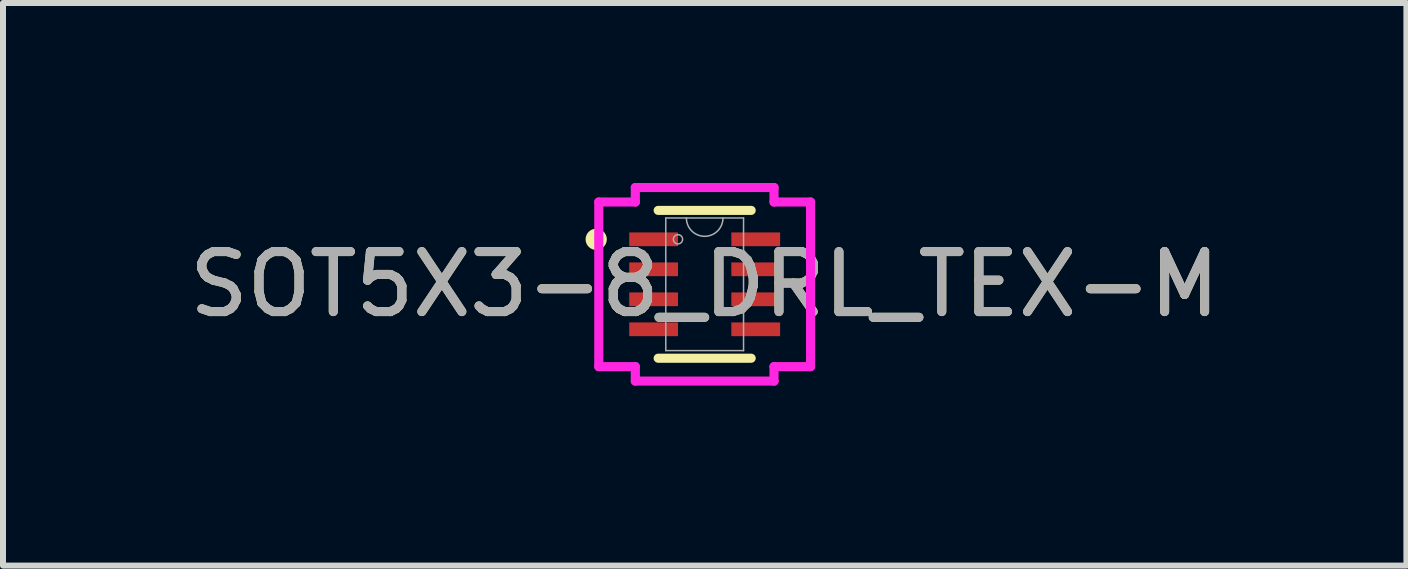
<source format=kicad_pcb>
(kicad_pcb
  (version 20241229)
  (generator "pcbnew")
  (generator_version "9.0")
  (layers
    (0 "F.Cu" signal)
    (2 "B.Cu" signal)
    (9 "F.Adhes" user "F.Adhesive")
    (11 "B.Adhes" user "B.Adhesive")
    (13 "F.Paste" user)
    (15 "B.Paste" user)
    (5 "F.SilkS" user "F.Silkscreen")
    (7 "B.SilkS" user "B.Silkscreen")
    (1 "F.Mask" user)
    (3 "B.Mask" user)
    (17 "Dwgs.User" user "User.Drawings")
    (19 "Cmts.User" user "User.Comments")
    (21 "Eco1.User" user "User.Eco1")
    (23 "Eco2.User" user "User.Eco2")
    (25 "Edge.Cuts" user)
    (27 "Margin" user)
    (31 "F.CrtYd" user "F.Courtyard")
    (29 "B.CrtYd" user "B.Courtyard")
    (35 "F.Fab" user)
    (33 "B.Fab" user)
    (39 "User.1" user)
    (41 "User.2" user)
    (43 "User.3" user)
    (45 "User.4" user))
  (footprint "SOT5X3-8_DRL_TEX-M"
    (layer "F.Cu")
    (at 8.696 1.689)
    (property "Reference" "SOT5X3-8_DRL_TEX-M" (at 0 0 0) (unlocked yes) (layer "F.SilkS") (effects (font (size 1 1) (thickness 0.15))))
    (attr smd)
    (fp_line (start -0.775 1.232) (end 0.775 1.232) (stroke (width 0.152) (type solid)) (layer "F.SilkS"))
    (fp_line (start 0.775 -1.232) (end -0.775 -1.232) (stroke (width 0.152) (type solid)) (layer "F.SilkS"))
    (fp_circle (center -1.808 -0.75) (end -1.707 -0.75) (stroke (width 0.152) (type solid)) (fill no) (layer "F.SilkS"))
    (fp_line (start -1.765 -1.372) (end -1.156 -1.372) (stroke (width 0.152) (type solid)) (layer "F.CrtYd"))
    (fp_line (start -1.765 1.372) (end -1.765 -1.372) (stroke (width 0.152) (type solid)) (layer "F.CrtYd"))
    (fp_line (start -1.765 1.372) (end -1.156 1.372) (stroke (width 0.152) (type solid)) (layer "F.CrtYd"))
    (fp_line (start -1.156 -1.613) (end 1.156 -1.613) (stroke (width 0.152) (type solid)) (layer "F.CrtYd"))
    (fp_line (start -1.156 -1.372) (end -1.156 -1.613) (stroke (width 0.152) (type solid)) (layer "F.CrtYd"))
    (fp_line (start -1.156 1.613) (end -1.156 1.372) (stroke (width 0.152) (type solid)) (layer "F.CrtYd"))
    (fp_line (start 1.156 -1.613) (end 1.156 -1.372) (stroke (width 0.152) (type solid)) (layer "F.CrtYd"))
    (fp_line (start 1.156 1.372) (end 1.156 1.613) (stroke (width 0.152) (type solid)) (layer "F.CrtYd"))
    (fp_line (start 1.156 1.613) (end -1.156 1.613) (stroke (width 0.152) (type solid)) (layer "F.CrtYd"))
    (fp_line (start 1.765 -1.372) (end 1.156 -1.372) (stroke (width 0.152) (type solid)) (layer "F.CrtYd"))
    (fp_line (start 1.765 -1.372) (end 1.765 1.372) (stroke (width 0.152) (type solid)) (layer "F.CrtYd"))
    (fp_line (start 1.765 1.372) (end 1.156 1.372) (stroke (width 0.152) (type solid)) (layer "F.CrtYd"))
    (fp_line (start -0.648 -1.105) (end -0.648 1.105) (stroke (width 0.025) (type solid)) (layer "F.Fab"))
    (fp_line (start -0.648 1.105) (end 0.648 1.105) (stroke (width 0.025) (type solid)) (layer "F.Fab"))
    (fp_line (start 0.648 -1.105) (end -0.648 -1.105) (stroke (width 0.025) (type solid)) (layer "F.Fab"))
    (fp_line (start 0.648 1.105) (end 0.648 -1.105) (stroke (width 0.025) (type solid)) (layer "F.Fab"))
    (fp_arc (start 0.3048 -1.1049) (mid 0 -0.8001) (end -0.3048 -1.1049) (stroke (width 0.0254) (type solid)) (layer "F.Fab"))
    (fp_circle (center -0.445 -0.75) (end -0.368 -0.75) (stroke (width 0.025) (type solid)) (fill no) (layer "F.Fab"))
    (fp_text user "${REFERENCE}" (at 0 0 0) (unlocked yes) (layer "F.Fab") (effects (font (size 1 1) (thickness 0.15))))
    (pad "1" smd rect (at -0.851 -0.75) (size 0.813 0.229) (layers "F.Cu" "F.Mask" "F.Paste"))
    (pad "2" smd rect (at -0.851 -0.25) (size 0.813 0.229) (layers "F.Cu" "F.Mask" "F.Paste"))
    (pad "3" smd rect (at -0.851 0.25) (size 0.813 0.229) (layers "F.Cu" "F.Mask" "F.Paste"))
    (pad "4" smd rect (at -0.851 0.75) (size 0.813 0.229) (layers "F.Cu" "F.Mask" "F.Paste"))
    (pad "5" smd rect (at 0.851 0.75) (size 0.813 0.229) (layers "F.Cu" "F.Mask" "F.Paste"))
    (pad "6" smd rect (at 0.851 0.25) (size 0.813 0.229) (layers "F.Cu" "F.Mask" "F.Paste"))
    (pad "7" smd rect (at 0.851 -0.25) (size 0.813 0.229) (layers "F.Cu" "F.Mask" "F.Paste"))
    (pad "8" smd rect (at 0.851 -0.75) (size 0.813 0.229) (layers "F.Cu" "F.Mask" "F.Paste")))
  (gr_rect
    (start -3 -3)
    (end 20.393 6.378)
    (stroke (width 0.1) (type default))
    (fill no)
    (layer "Edge.Cuts")))
</source>
